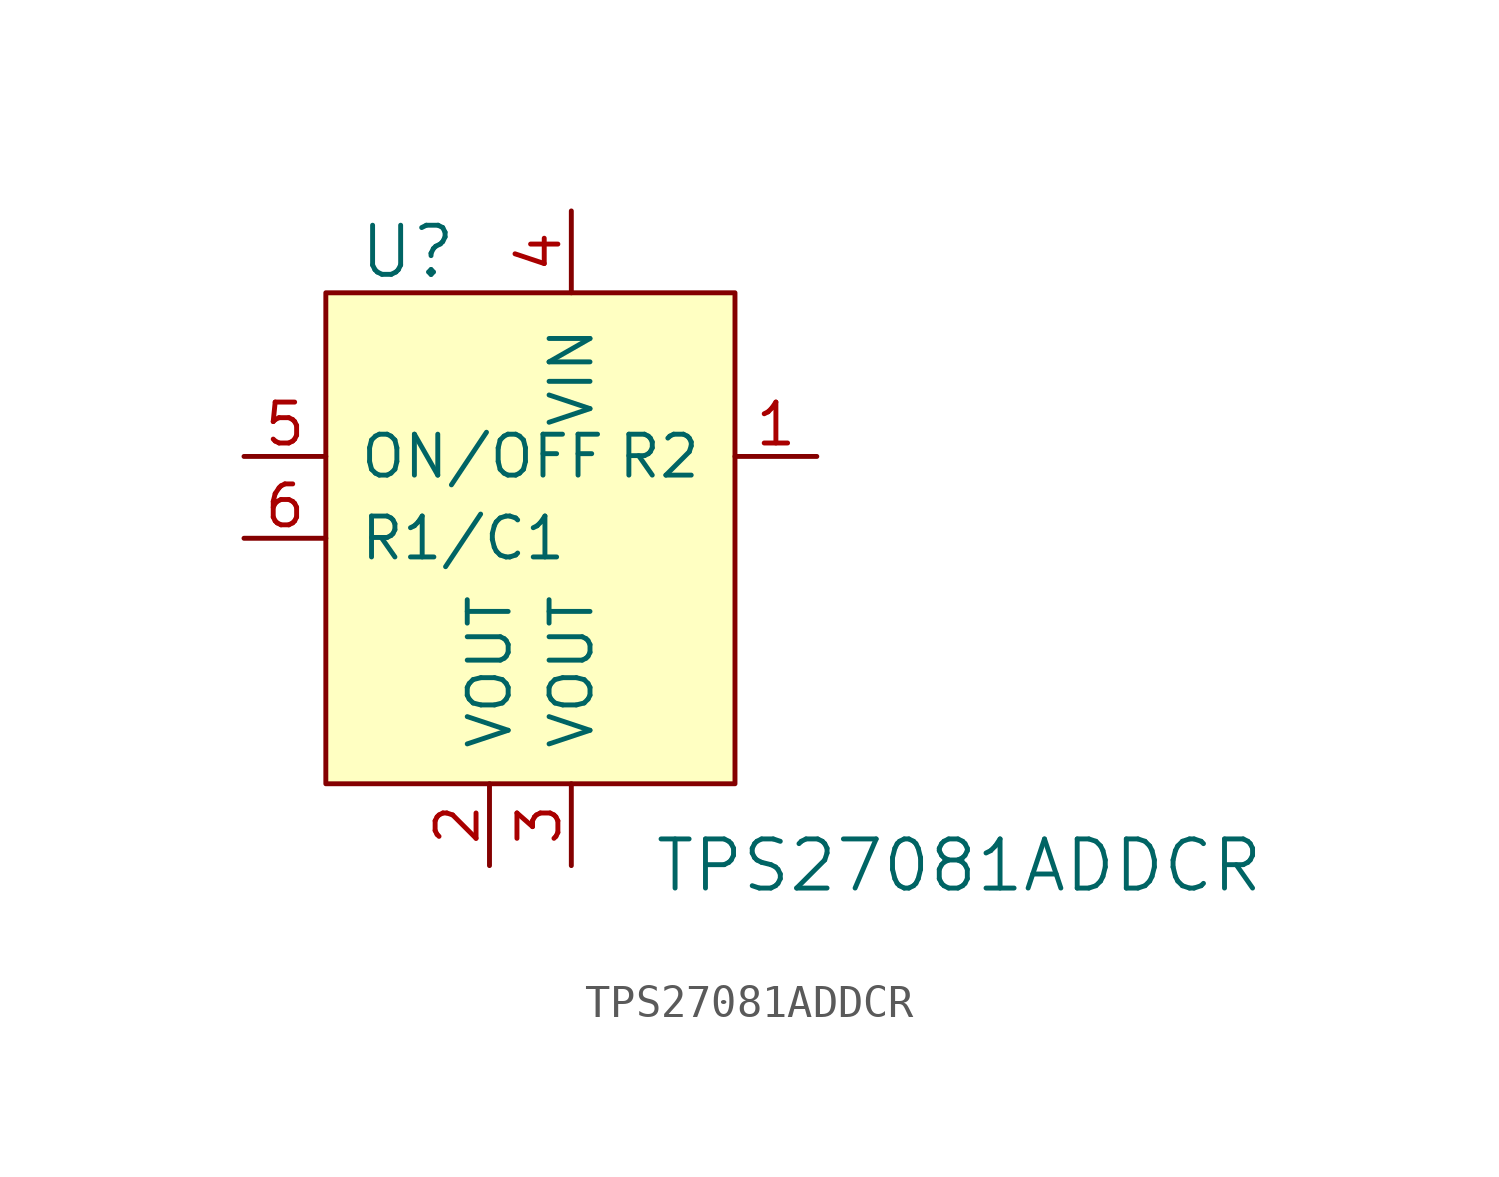
<source format=kicad_sym>
(kicad_symbol_lib
  (version 20211014)
  (generator kicad_symbol_editor)
  (symbol "TPS27081ADDCR"
    (pin_names
      (offset 1.016))
    (property "Reference" "U"
      (at -2.54 6.35 0)
      (effects (font (size 1.524 1.524))))
    (property "Value" "TPS27081ADDCR"
      (at 5.08 -12.7 0)
      (effects (font (size 1.524 1.524)) (justify left)))
    (symbol "TPS27081ADDCR_0_1"
      (rectangle (start -5.08 5.08) (end 7.62 -10.16) (stroke (width 0) (type default) (color 0 0 0 0)) (fill (type background))))
    (symbol "TPS27081ADDCR_1_1"
      (pin output line (at 10.16 0 180) (length 2.54) (name "R2" (effects (font (size 1.27 1.27)))) (number "1" (effects (font (size 1.27 1.27)))))
      (pin power_in line (at 0 -12.7 90) (length 2.54) (name "VOUT" (effects (font (size 1.27 1.27)))) (number "2" (effects (font (size 1.27 1.27)))))
      (pin power_in line (at 2.54 -12.7 90) (length 2.54) (name "VOUT" (effects (font (size 1.27 1.27)))) (number "3" (effects (font (size 1.27 1.27)))))
      (pin power_in line (at 2.54 7.62 270) (length 2.54) (name "VIN" (effects (font (size 1.27 1.27)))) (number "4" (effects (font (size 1.27 1.27)))))
      (pin input line (at -7.62 0 0) (length 2.54) (name "ON/OFF" (effects (font (size 1.27 1.27)))) (number "5" (effects (font (size 1.27 1.27)))))
      (pin input line (at -7.62 -2.54 0) (length 2.54) (name "R1/C1" (effects (font (size 1.27 1.27)))) (number "6" (effects (font (size 1.27 1.27))))))))
</source>
